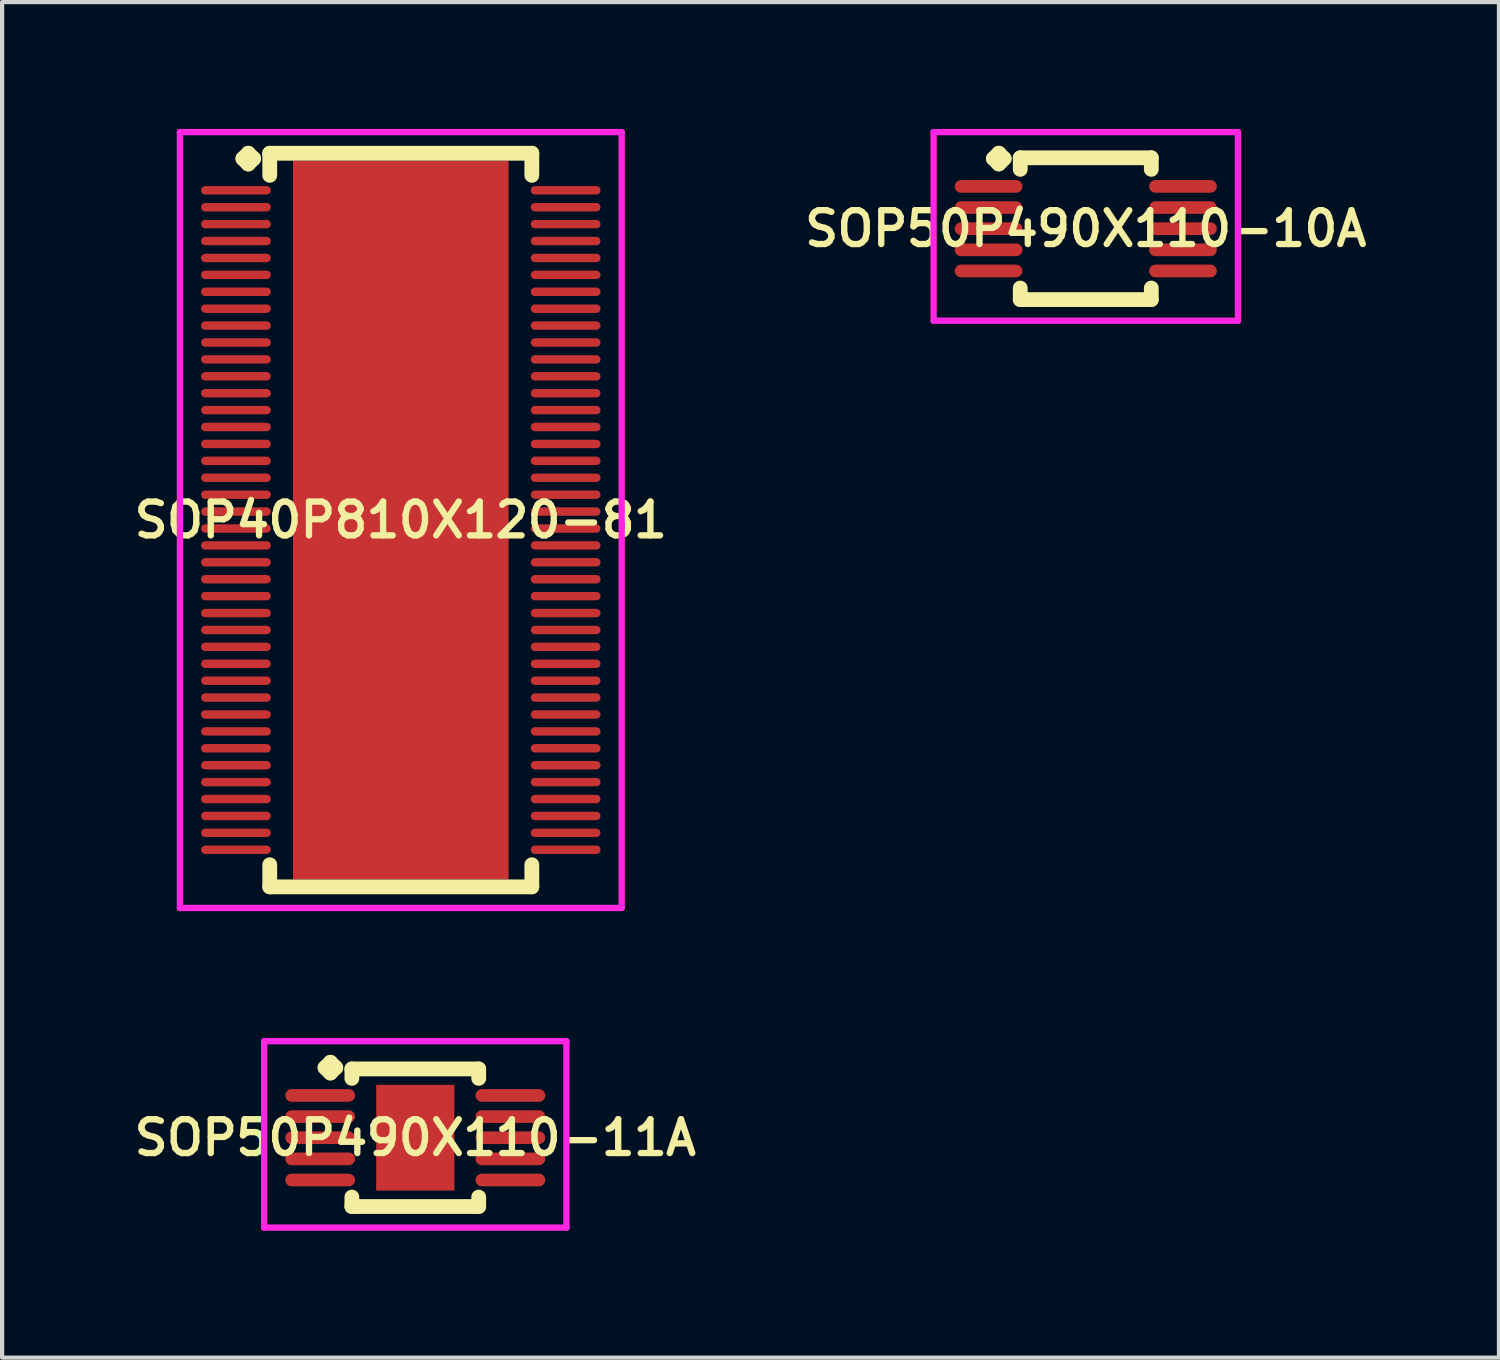
<source format=kicad_pcb>
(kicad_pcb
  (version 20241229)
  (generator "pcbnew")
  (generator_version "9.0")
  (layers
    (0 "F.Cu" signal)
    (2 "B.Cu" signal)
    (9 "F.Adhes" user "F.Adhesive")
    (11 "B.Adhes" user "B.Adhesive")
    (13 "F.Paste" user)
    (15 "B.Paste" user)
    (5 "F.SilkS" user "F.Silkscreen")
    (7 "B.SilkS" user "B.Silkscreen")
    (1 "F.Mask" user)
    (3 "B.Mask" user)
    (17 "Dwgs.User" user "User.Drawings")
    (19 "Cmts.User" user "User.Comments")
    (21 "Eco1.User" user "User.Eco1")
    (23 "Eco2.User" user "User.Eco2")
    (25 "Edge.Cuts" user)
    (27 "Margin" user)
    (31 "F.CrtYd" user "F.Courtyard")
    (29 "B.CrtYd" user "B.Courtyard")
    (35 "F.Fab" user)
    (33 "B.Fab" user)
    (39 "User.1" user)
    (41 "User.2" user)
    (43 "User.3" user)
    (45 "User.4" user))
  (footprint "SOP50P490X110-11A"
    (layer "F.Cu")
    (at 6.774 23.864)
    (property "Reference" "SOP50P490X110-11A" (at 0 0 0) (layer "F.SilkS") (effects (font (size 0.8 0.8) (thickness 0.15))))
    (attr smd)
    (fp_line (start -2.135 -1.658) (end -2.008 -1.785) (stroke (width 0.35) (type solid)) (layer "F.SilkS"))
    (fp_line (start -2.008 -1.785) (end -1.881 -1.658) (stroke (width 0.35) (type solid)) (layer "F.SilkS"))
    (fp_line (start -2.008 -1.531) (end -2.135 -1.658) (stroke (width 0.35) (type solid)) (layer "F.SilkS"))
    (fp_line (start -1.881 -1.658) (end -2.008 -1.531) (stroke (width 0.35) (type solid)) (layer "F.SilkS"))
    (fp_line (start -1.5 -1.627) (end 1.5 -1.627) (stroke (width 0.35) (type solid)) (layer "F.SilkS"))
    (fp_line (start -1.5 -1.404) (end -1.5 -1.627) (stroke (width 0.35) (type solid)) (layer "F.SilkS"))
    (fp_line (start -1.5 1.404) (end -1.5 1.627) (stroke (width 0.35) (type solid)) (layer "F.SilkS"))
    (fp_line (start -1.5 1.627) (end 1.5 1.627) (stroke (width 0.35) (type solid)) (layer "F.SilkS"))
    (fp_line (start 1.5 -1.627) (end 1.5 -1.404) (stroke (width 0.35) (type solid)) (layer "F.SilkS"))
    (fp_line (start 1.5 1.627) (end 1.5 1.404) (stroke (width 0.35) (type solid)) (layer "F.SilkS"))
    (fp_line (start -3.575 -2.285) (end 3.575 -2.285) (stroke (width 0.15) (type solid)) (layer "F.CrtYd"))
    (fp_line (start -3.575 2.127) (end -3.575 -2.285) (stroke (width 0.15) (type solid)) (layer "F.CrtYd"))
    (fp_line (start 3.575 -2.285) (end 3.575 2.127) (stroke (width 0.15) (type solid)) (layer "F.CrtYd"))
    (fp_line (start 3.575 2.127) (end -3.575 2.127) (stroke (width 0.15) (type solid)) (layer "F.CrtYd"))
    (pad "1" smd oval (at -2.25 -1) (size 1.65 0.3) (layers "F.Cu" "F.Mask" "F.Paste"))
    (pad "2" smd oval (at -2.25 -0.5) (size 1.65 0.3) (layers "F.Cu" "F.Mask" "F.Paste"))
    (pad "3" smd oval (at -2.25 0) (size 1.65 0.3) (layers "F.Cu" "F.Mask" "F.Paste"))
    (pad "4" smd oval (at -2.25 0.5) (size 1.65 0.3) (layers "F.Cu" "F.Mask" "F.Paste"))
    (pad "5" smd oval (at -2.25 1) (size 1.65 0.3) (layers "F.Cu" "F.Mask" "F.Paste"))
    (pad "6" smd oval (at 2.25 1) (size 1.65 0.3) (layers "F.Cu" "F.Mask" "F.Paste"))
    (pad "7" smd oval (at 2.25 0.5) (size 1.65 0.3) (layers "F.Cu" "F.Mask" "F.Paste"))
    (pad "8" smd oval (at 2.25 0) (size 1.65 0.3) (layers "F.Cu" "F.Mask" "F.Paste"))
    (pad "9" smd oval (at 2.25 -0.5) (size 1.65 0.3) (layers "F.Cu" "F.Mask" "F.Paste"))
    (pad "10" smd oval (at 2.25 -1) (size 1.65 0.3) (layers "F.Cu" "F.Mask" "F.Paste"))
    (pad "11" smd rect (at 0 0) (size 1.85 2.5) (layers "F.Cu" "F.Mask" "F.Paste")))
  (footprint "SOP50P490X110-10A"
    (layer "F.Cu")
    (at 22.635 2.36)
    (property "Reference" "SOP50P490X110-10A" (at 0 0 0) (layer "F.SilkS") (effects (font (size 0.8 0.8) (thickness 0.15))))
    (attr smd)
    (fp_line (start -2.185 -1.658) (end -2.058 -1.785) (stroke (width 0.35) (type solid)) (layer "F.SilkS"))
    (fp_line (start -2.058 -1.785) (end -1.931 -1.658) (stroke (width 0.35) (type solid)) (layer "F.SilkS"))
    (fp_line (start -2.058 -1.531) (end -2.185 -1.658) (stroke (width 0.35) (type solid)) (layer "F.SilkS"))
    (fp_line (start -1.931 -1.658) (end -2.058 -1.531) (stroke (width 0.35) (type solid)) (layer "F.SilkS"))
    (fp_line (start -1.55 -1.677) (end 1.55 -1.677) (stroke (width 0.35) (type solid)) (layer "F.SilkS"))
    (fp_line (start -1.55 -1.404) (end -1.55 -1.677) (stroke (width 0.35) (type solid)) (layer "F.SilkS"))
    (fp_line (start -1.55 1.404) (end -1.55 1.677) (stroke (width 0.35) (type solid)) (layer "F.SilkS"))
    (fp_line (start -1.55 1.677) (end 1.55 1.677) (stroke (width 0.35) (type solid)) (layer "F.SilkS"))
    (fp_line (start 1.55 -1.677) (end 1.55 -1.404) (stroke (width 0.35) (type solid)) (layer "F.SilkS"))
    (fp_line (start 1.55 1.677) (end 1.55 1.404) (stroke (width 0.35) (type solid)) (layer "F.SilkS"))
    (fp_line (start -3.6 -2.285) (end 3.6 -2.285) (stroke (width 0.15) (type solid)) (layer "F.CrtYd"))
    (fp_line (start -3.6 2.177) (end -3.6 -2.285) (stroke (width 0.15) (type solid)) (layer "F.CrtYd"))
    (fp_line (start 3.6 -2.285) (end 3.6 2.177) (stroke (width 0.15) (type solid)) (layer "F.CrtYd"))
    (fp_line (start 3.6 2.177) (end -3.6 2.177) (stroke (width 0.15) (type solid)) (layer "F.CrtYd"))
    (pad "1" smd oval (at -2.3 -1) (size 1.6 0.3) (layers "F.Cu" "F.Mask" "F.Paste"))
    (pad "2" smd oval (at -2.3 -0.5) (size 1.6 0.3) (layers "F.Cu" "F.Mask" "F.Paste"))
    (pad "3" smd oval (at -2.3 0) (size 1.6 0.3) (layers "F.Cu" "F.Mask" "F.Paste"))
    (pad "4" smd oval (at -2.3 0.5) (size 1.6 0.3) (layers "F.Cu" "F.Mask" "F.Paste"))
    (pad "5" smd oval (at -2.3 1) (size 1.6 0.3) (layers "F.Cu" "F.Mask" "F.Paste"))
    (pad "6" smd oval (at 2.3 1) (size 1.6 0.3) (layers "F.Cu" "F.Mask" "F.Paste"))
    (pad "7" smd oval (at 2.3 0.5) (size 1.6 0.3) (layers "F.Cu" "F.Mask" "F.Paste"))
    (pad "8" smd oval (at 2.3 0) (size 1.6 0.3) (layers "F.Cu" "F.Mask" "F.Paste"))
    (pad "9" smd oval (at 2.3 -0.5) (size 1.6 0.3) (layers "F.Cu" "F.Mask" "F.Paste"))
    (pad "10" smd oval (at 2.3 -1) (size 1.6 0.3) (layers "F.Cu" "F.Mask" "F.Paste")))
  (footprint "SOP40P810X120-81"
    (layer "F.Cu")
    (at 6.431 9.252)
    (property "Reference" "SOP40P810X120-81" (at 0 0 0) (layer "F.SilkS") (effects (font (size 0.8 0.8) (thickness 0.15))))
    (attr smd)
    (fp_line (start -3.735 -8.55) (end -3.608 -8.677) (stroke (width 0.35) (type solid)) (layer "F.SilkS"))
    (fp_line (start -3.608 -8.677) (end -3.481 -8.55) (stroke (width 0.35) (type solid)) (layer "F.SilkS"))
    (fp_line (start -3.608 -8.423) (end -3.735 -8.55) (stroke (width 0.35) (type solid)) (layer "F.SilkS"))
    (fp_line (start -3.481 -8.55) (end -3.608 -8.423) (stroke (width 0.35) (type solid)) (layer "F.SilkS"))
    (fp_line (start -3.1 -8.677) (end 3.1 -8.677) (stroke (width 0.35) (type solid)) (layer "F.SilkS"))
    (fp_line (start -3.1 -8.154) (end -3.1 -8.677) (stroke (width 0.35) (type solid)) (layer "F.SilkS"))
    (fp_line (start -3.1 8.154) (end -3.1 8.677) (stroke (width 0.35) (type solid)) (layer "F.SilkS"))
    (fp_line (start -3.1 8.677) (end 3.1 8.677) (stroke (width 0.35) (type solid)) (layer "F.SilkS"))
    (fp_line (start 3.1 -8.677) (end 3.1 -8.154) (stroke (width 0.35) (type solid)) (layer "F.SilkS"))
    (fp_line (start 3.1 8.677) (end 3.1 8.154) (stroke (width 0.35) (type solid)) (layer "F.SilkS"))
    (fp_line (start -5.225 -9.177) (end 5.225 -9.177) (stroke (width 0.15) (type solid)) (layer "F.CrtYd"))
    (fp_line (start -5.225 9.177) (end -5.225 -9.177) (stroke (width 0.15) (type solid)) (layer "F.CrtYd"))
    (fp_line (start 5.225 -9.177) (end 5.225 9.177) (stroke (width 0.15) (type solid)) (layer "F.CrtYd"))
    (fp_line (start 5.225 9.177) (end -5.225 9.177) (stroke (width 0.15) (type solid)) (layer "F.CrtYd"))
    (pad "1" smd oval (at -3.9 -7.8) (size 1.65 0.2) (layers "F.Cu" "F.Mask" "F.Paste"))
    (pad "2" smd oval (at -3.9 -7.4) (size 1.65 0.2) (layers "F.Cu" "F.Mask" "F.Paste"))
    (pad "3" smd oval (at -3.9 -7) (size 1.65 0.2) (layers "F.Cu" "F.Mask" "F.Paste"))
    (pad "4" smd oval (at -3.9 -6.6) (size 1.65 0.2) (layers "F.Cu" "F.Mask" "F.Paste"))
    (pad "5" smd oval (at -3.9 -6.2) (size 1.65 0.2) (layers "F.Cu" "F.Mask" "F.Paste"))
    (pad "6" smd oval (at -3.9 -5.8) (size 1.65 0.2) (layers "F.Cu" "F.Mask" "F.Paste"))
    (pad "7" smd oval (at -3.9 -5.4) (size 1.65 0.2) (layers "F.Cu" "F.Mask" "F.Paste"))
    (pad "8" smd oval (at -3.9 -5) (size 1.65 0.2) (layers "F.Cu" "F.Mask" "F.Paste"))
    (pad "9" smd oval (at -3.9 -4.6) (size 1.65 0.2) (layers "F.Cu" "F.Mask" "F.Paste"))
    (pad "10" smd oval (at -3.9 -4.2) (size 1.65 0.2) (layers "F.Cu" "F.Mask" "F.Paste"))
    (pad "11" smd oval (at -3.9 -3.8) (size 1.65 0.2) (layers "F.Cu" "F.Mask" "F.Paste"))
    (pad "12" smd oval (at -3.9 -3.4) (size 1.65 0.2) (layers "F.Cu" "F.Mask" "F.Paste"))
    (pad "13" smd oval (at -3.9 -3) (size 1.65 0.2) (layers "F.Cu" "F.Mask" "F.Paste"))
    (pad "14" smd oval (at -3.9 -2.6) (size 1.65 0.2) (layers "F.Cu" "F.Mask" "F.Paste"))
    (pad "15" smd oval (at -3.9 -2.2) (size 1.65 0.2) (layers "F.Cu" "F.Mask" "F.Paste"))
    (pad "16" smd oval (at -3.9 -1.8) (size 1.65 0.2) (layers "F.Cu" "F.Mask" "F.Paste"))
    (pad "17" smd oval (at -3.9 -1.4) (size 1.65 0.2) (layers "F.Cu" "F.Mask" "F.Paste"))
    (pad "18" smd oval (at -3.9 -1) (size 1.65 0.2) (layers "F.Cu" "F.Mask" "F.Paste"))
    (pad "19" smd oval (at -3.9 -0.6) (size 1.65 0.2) (layers "F.Cu" "F.Mask" "F.Paste"))
    (pad "20" smd oval (at -3.9 -0.2) (size 1.65 0.2) (layers "F.Cu" "F.Mask" "F.Paste"))
    (pad "21" smd oval (at -3.9 0.2) (size 1.65 0.2) (layers "F.Cu" "F.Mask" "F.Paste"))
    (pad "22" smd oval (at -3.9 0.6) (size 1.65 0.2) (layers "F.Cu" "F.Mask" "F.Paste"))
    (pad "23" smd oval (at -3.9 1) (size 1.65 0.2) (layers "F.Cu" "F.Mask" "F.Paste"))
    (pad "24" smd oval (at -3.9 1.4) (size 1.65 0.2) (layers "F.Cu" "F.Mask" "F.Paste"))
    (pad "25" smd oval (at -3.9 1.8) (size 1.65 0.2) (layers "F.Cu" "F.Mask" "F.Paste"))
    (pad "26" smd oval (at -3.9 2.2) (size 1.65 0.2) (layers "F.Cu" "F.Mask" "F.Paste"))
    (pad "27" smd oval (at -3.9 2.6) (size 1.65 0.2) (layers "F.Cu" "F.Mask" "F.Paste"))
    (pad "28" smd oval (at -3.9 3) (size 1.65 0.2) (layers "F.Cu" "F.Mask" "F.Paste"))
    (pad "29" smd oval (at -3.9 3.4) (size 1.65 0.2) (layers "F.Cu" "F.Mask" "F.Paste"))
    (pad "30" smd oval (at -3.9 3.8) (size 1.65 0.2) (layers "F.Cu" "F.Mask" "F.Paste"))
    (pad "31" smd oval (at -3.9 4.2) (size 1.65 0.2) (layers "F.Cu" "F.Mask" "F.Paste"))
    (pad "32" smd oval (at -3.9 4.6) (size 1.65 0.2) (layers "F.Cu" "F.Mask" "F.Paste"))
    (pad "33" smd oval (at -3.9 5) (size 1.65 0.2) (layers "F.Cu" "F.Mask" "F.Paste"))
    (pad "34" smd oval (at -3.9 5.4) (size 1.65 0.2) (layers "F.Cu" "F.Mask" "F.Paste"))
    (pad "35" smd oval (at -3.9 5.8) (size 1.65 0.2) (layers "F.Cu" "F.Mask" "F.Paste"))
    (pad "36" smd oval (at -3.9 6.2) (size 1.65 0.2) (layers "F.Cu" "F.Mask" "F.Paste"))
    (pad "37" smd oval (at -3.9 6.6) (size 1.65 0.2) (layers "F.Cu" "F.Mask" "F.Paste"))
    (pad "38" smd oval (at -3.9 7) (size 1.65 0.2) (layers "F.Cu" "F.Mask" "F.Paste"))
    (pad "39" smd oval (at -3.9 7.4) (size 1.65 0.2) (layers "F.Cu" "F.Mask" "F.Paste"))
    (pad "40" smd oval (at -3.9 7.8) (size 1.65 0.2) (layers "F.Cu" "F.Mask" "F.Paste"))
    (pad "41" smd oval (at 3.9 7.8) (size 1.65 0.2) (layers "F.Cu" "F.Mask" "F.Paste"))
    (pad "42" smd oval (at 3.9 7.4) (size 1.65 0.2) (layers "F.Cu" "F.Mask" "F.Paste"))
    (pad "43" smd oval (at 3.9 7) (size 1.65 0.2) (layers "F.Cu" "F.Mask" "F.Paste"))
    (pad "44" smd oval (at 3.9 6.6) (size 1.65 0.2) (layers "F.Cu" "F.Mask" "F.Paste"))
    (pad "45" smd oval (at 3.9 6.2) (size 1.65 0.2) (layers "F.Cu" "F.Mask" "F.Paste"))
    (pad "46" smd oval (at 3.9 5.8) (size 1.65 0.2) (layers "F.Cu" "F.Mask" "F.Paste"))
    (pad "47" smd oval (at 3.9 5.4) (size 1.65 0.2) (layers "F.Cu" "F.Mask" "F.Paste"))
    (pad "48" smd oval (at 3.9 5) (size 1.65 0.2) (layers "F.Cu" "F.Mask" "F.Paste"))
    (pad "49" smd oval (at 3.9 4.6) (size 1.65 0.2) (layers "F.Cu" "F.Mask" "F.Paste"))
    (pad "50" smd oval (at 3.9 4.2) (size 1.65 0.2) (layers "F.Cu" "F.Mask" "F.Paste"))
    (pad "51" smd oval (at 3.9 3.8) (size 1.65 0.2) (layers "F.Cu" "F.Mask" "F.Paste"))
    (pad "52" smd oval (at 3.9 3.4) (size 1.65 0.2) (layers "F.Cu" "F.Mask" "F.Paste"))
    (pad "53" smd oval (at 3.9 3) (size 1.65 0.2) (layers "F.Cu" "F.Mask" "F.Paste"))
    (pad "54" smd oval (at 3.9 2.6) (size 1.65 0.2) (layers "F.Cu" "F.Mask" "F.Paste"))
    (pad "55" smd oval (at 3.9 2.2) (size 1.65 0.2) (layers "F.Cu" "F.Mask" "F.Paste"))
    (pad "56" smd oval (at 3.9 1.8) (size 1.65 0.2) (layers "F.Cu" "F.Mask" "F.Paste"))
    (pad "57" smd oval (at 3.9 1.4) (size 1.65 0.2) (layers "F.Cu" "F.Mask" "F.Paste"))
    (pad "58" smd oval (at 3.9 1) (size 1.65 0.2) (layers "F.Cu" "F.Mask" "F.Paste"))
    (pad "59" smd oval (at 3.9 0.6) (size 1.65 0.2) (layers "F.Cu" "F.Mask" "F.Paste"))
    (pad "60" smd oval (at 3.9 0.2) (size 1.65 0.2) (layers "F.Cu" "F.Mask" "F.Paste"))
    (pad "61" smd oval (at 3.9 -0.2) (size 1.65 0.2) (layers "F.Cu" "F.Mask" "F.Paste"))
    (pad "62" smd oval (at 3.9 -0.6) (size 1.65 0.2) (layers "F.Cu" "F.Mask" "F.Paste"))
    (pad "63" smd oval (at 3.9 -1) (size 1.65 0.2) (layers "F.Cu" "F.Mask" "F.Paste"))
    (pad "64" smd oval (at 3.9 -1.4) (size 1.65 0.2) (layers "F.Cu" "F.Mask" "F.Paste"))
    (pad "65" smd oval (at 3.9 -1.8) (size 1.65 0.2) (layers "F.Cu" "F.Mask" "F.Paste"))
    (pad "66" smd oval (at 3.9 -2.2) (size 1.65 0.2) (layers "F.Cu" "F.Mask" "F.Paste"))
    (pad "67" smd oval (at 3.9 -2.6) (size 1.65 0.2) (layers "F.Cu" "F.Mask" "F.Paste"))
    (pad "68" smd oval (at 3.9 -3) (size 1.65 0.2) (layers "F.Cu" "F.Mask" "F.Paste"))
    (pad "69" smd oval (at 3.9 -3.4) (size 1.65 0.2) (layers "F.Cu" "F.Mask" "F.Paste"))
    (pad "70" smd oval (at 3.9 -3.8) (size 1.65 0.2) (layers "F.Cu" "F.Mask" "F.Paste"))
    (pad "71" smd oval (at 3.9 -4.2) (size 1.65 0.2) (layers "F.Cu" "F.Mask" "F.Paste"))
    (pad "72" smd oval (at 3.9 -4.6) (size 1.65 0.2) (layers "F.Cu" "F.Mask" "F.Paste"))
    (pad "73" smd oval (at 3.9 -5) (size 1.65 0.2) (layers "F.Cu" "F.Mask" "F.Paste"))
    (pad "74" smd oval (at 3.9 -5.4) (size 1.65 0.2) (layers "F.Cu" "F.Mask" "F.Paste"))
    (pad "75" smd oval (at 3.9 -5.8) (size 1.65 0.2) (layers "F.Cu" "F.Mask" "F.Paste"))
    (pad "76" smd oval (at 3.9 -6.2) (size 1.65 0.2) (layers "F.Cu" "F.Mask" "F.Paste"))
    (pad "77" smd oval (at 3.9 -6.6) (size 1.65 0.2) (layers "F.Cu" "F.Mask" "F.Paste"))
    (pad "78" smd oval (at 3.9 -7) (size 1.65 0.2) (layers "F.Cu" "F.Mask" "F.Paste"))
    (pad "79" smd oval (at 3.9 -7.4) (size 1.65 0.2) (layers "F.Cu" "F.Mask" "F.Paste"))
    (pad "80" smd oval (at 3.9 -7.8) (size 1.65 0.2) (layers "F.Cu" "F.Mask" "F.Paste"))
    (pad "81" smd rect (at 0 0) (size 5.1 17) (layers "F.Cu" "F.Mask" "F.Paste")))
  (gr_rect
    (start -3 -3)
    (end 32.409 29.066)
    (stroke (width 0.1) (type default))
    (fill no)
    (layer "Edge.Cuts")))
</source>
